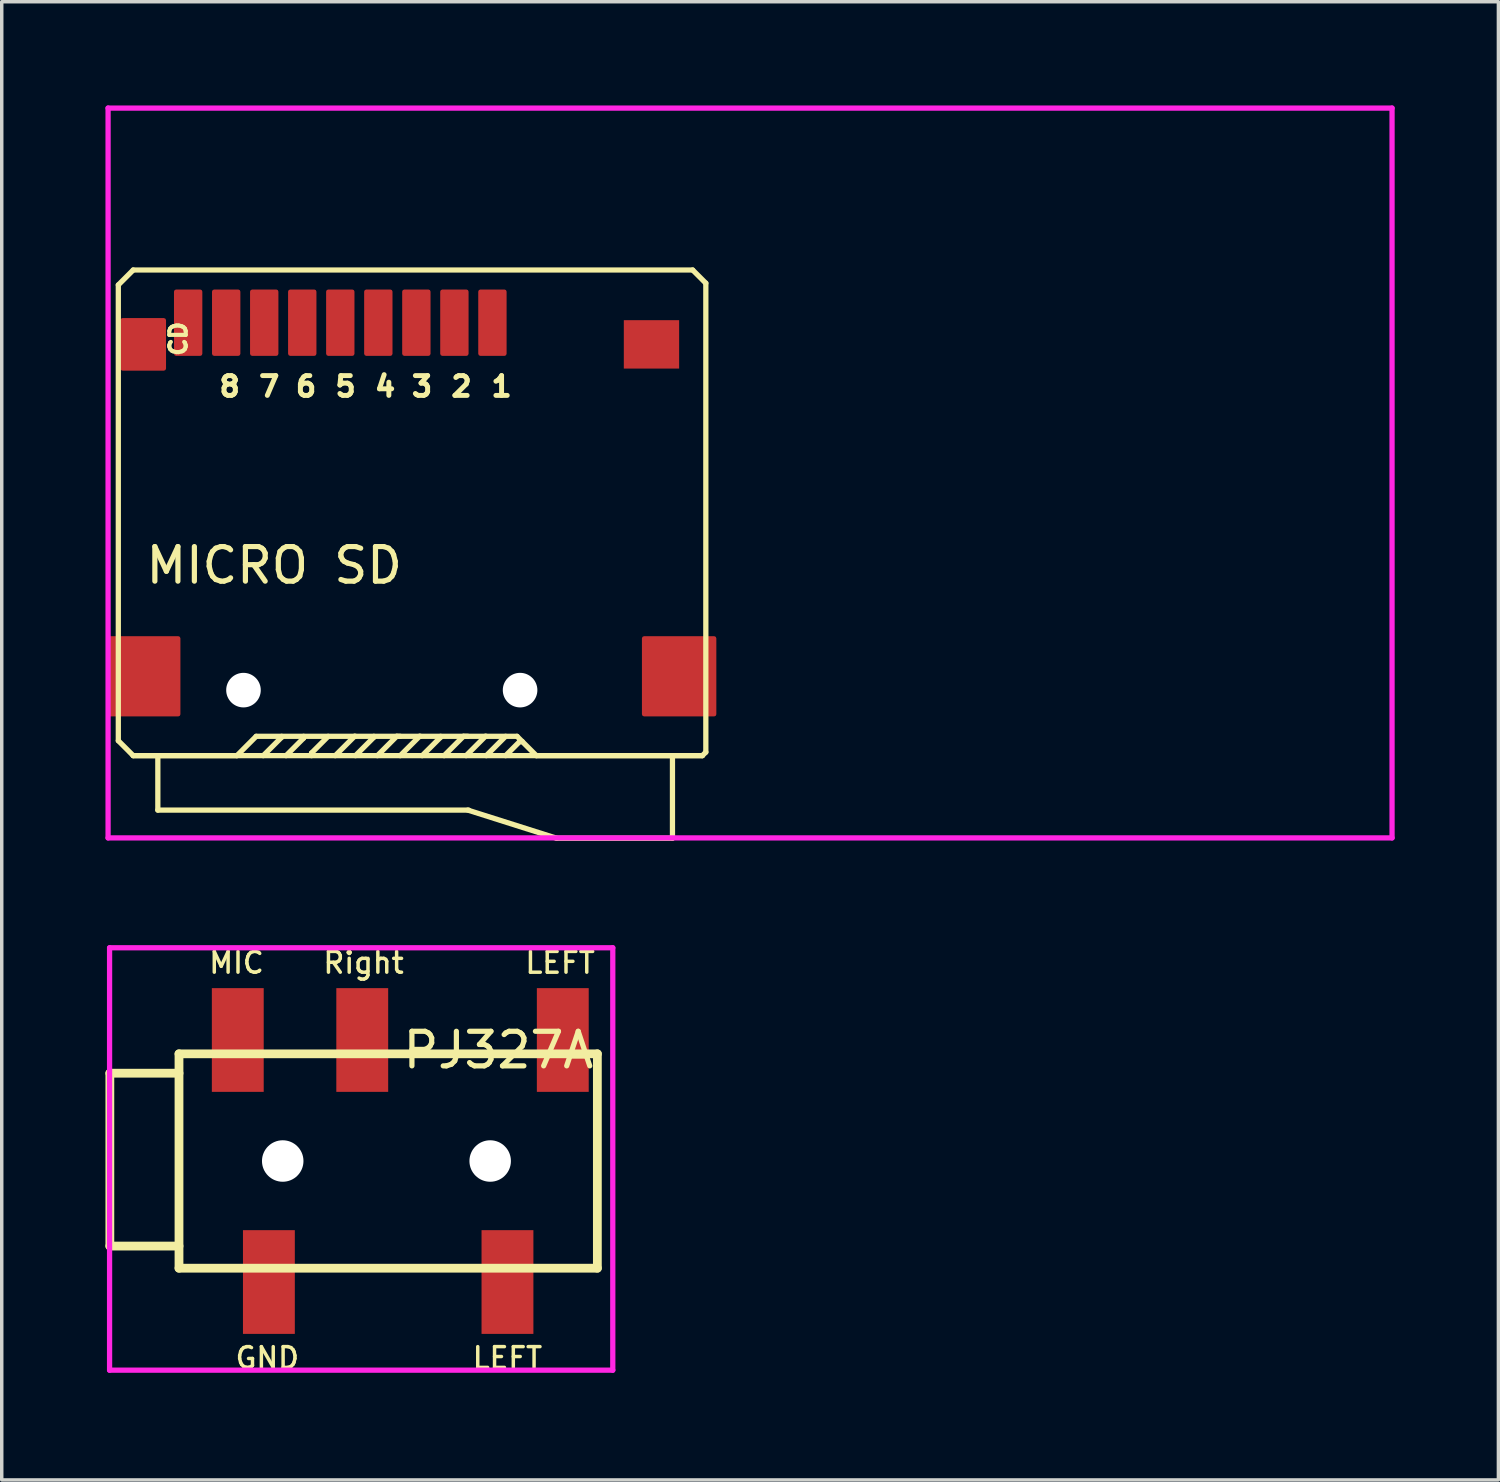
<source format=kicad_pcb>
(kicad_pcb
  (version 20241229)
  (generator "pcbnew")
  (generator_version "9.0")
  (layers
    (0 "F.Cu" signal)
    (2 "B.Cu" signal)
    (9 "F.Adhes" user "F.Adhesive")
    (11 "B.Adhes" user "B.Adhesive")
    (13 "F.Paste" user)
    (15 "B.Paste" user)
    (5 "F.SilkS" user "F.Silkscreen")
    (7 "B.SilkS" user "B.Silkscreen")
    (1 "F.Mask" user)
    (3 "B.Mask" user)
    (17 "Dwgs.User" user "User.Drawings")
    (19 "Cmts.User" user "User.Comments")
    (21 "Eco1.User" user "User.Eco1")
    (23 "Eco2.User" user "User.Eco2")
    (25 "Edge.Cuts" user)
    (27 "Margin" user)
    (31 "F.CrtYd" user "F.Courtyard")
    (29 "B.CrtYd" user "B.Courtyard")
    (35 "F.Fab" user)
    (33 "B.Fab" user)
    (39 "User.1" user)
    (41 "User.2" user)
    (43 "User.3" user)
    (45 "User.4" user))
  (footprint "PJ327A"
    (layer "F.Cu")
    (at 8.527 30.529)
    (property "Reference" "PJ327A" (at 0 -3.207 0) (layer "F.SilkS") (effects (font (size 1 1) (thickness 0.15)) (justify left)))
    (attr through_hole)
    (fp_line (start -8.4 -2.54) (end -6.4 -2.54) (stroke (width 0.254) (type solid)) (layer "F.SilkS"))
    (fp_line (start -8.4 2.46) (end -8.4 -2.54) (stroke (width 0.254) (type solid)) (layer "F.SilkS"))
    (fp_line (start -6.4 -3.1) (end 5.7 -3.1) (stroke (width 0.254) (type solid)) (layer "F.SilkS"))
    (fp_line (start -6.4 2.46) (end -8.4 2.46) (stroke (width 0.254) (type solid)) (layer "F.SilkS"))
    (fp_line (start -6.4 3.1) (end -6.4 -3.1) (stroke (width 0.254) (type solid)) (layer "F.SilkS"))
    (fp_line (start 5.7 -3.1) (end 5.7 3.1) (stroke (width 0.254) (type solid)) (layer "F.SilkS"))
    (fp_line (start 5.7 3.1) (end -6.4 3.1) (stroke (width 0.254) (type solid)) (layer "F.SilkS"))
    (fp_line (start -8.408 -6.167) (end 6.146 -6.167) (stroke (width 0.152) (type solid)) (layer "F.CrtYd"))
    (fp_line (start -8.408 6.05) (end -8.408 -6.167) (stroke (width 0.152) (type solid)) (layer "F.CrtYd"))
    (fp_line (start 6.146 -6.167) (end 6.146 6.05) (stroke (width 0.152) (type solid)) (layer "F.CrtYd"))
    (fp_line (start 6.146 6.05) (end -8.408 6.05) (stroke (width 0.152) (type solid)) (layer "F.CrtYd"))
    (fp_text user "GND" (at -4.826 5.696 0) (layer "F.SilkS") (effects (font (size 0.6 0.6) (thickness 0.1)) (justify left)))
    (fp_text user "Right" (at -2.286 -5.734 0) (layer "F.SilkS") (effects (font (size 0.6 0.6) (thickness 0.1)) (justify left)))
    (fp_text user "MIC" (at -5.588 -5.734 0) (layer "F.SilkS") (effects (font (size 0.6 0.6) (thickness 0.1)) (justify left)))
    (fp_text user "LEFT" (at 2.032 5.696 0) (layer "F.SilkS") (effects (font (size 0.6 0.6) (thickness 0.1)) (justify left)))
    (fp_text user "LEFT" (at 3.556 -5.734 0) (layer "F.SilkS") (effects (font (size 0.6 0.6) (thickness 0.1)) (justify left)))
    (pad "" np_thru_hole circle (at -3.4 0 90) (size 1.2 1.2) (drill oval 1.205 1.2) (layers "*.Cu" "*.Mask"))
    (pad "" np_thru_hole circle (at 2.6 0 90) (size 1.2 1.2) (drill oval 1.205 1.2) (layers "*.Cu" "*.Mask"))
    (pad "2" smd rect (at 3.1 3.5 270) (size 3 1.5) (layers "F.Cu" "F.Mask" "F.Paste"))
    (pad "3" smd rect (at -3.8 3.5 270) (size 3 1.5) (layers "F.Cu" "F.Mask" "F.Paste"))
    (pad "4" smd rect (at -4.7 -3.5 270) (size 3 1.5) (layers "F.Cu" "F.Mask" "F.Paste"))
    (pad "5" smd rect (at -1.1 -3.5 270) (size 3 1.5) (layers "F.Cu" "F.Mask" "F.Paste"))
    (pad "6" smd rect (at 4.7 -3.5 270) (size 3 1.5) (layers "F.Cu" "F.Mask" "F.Paste")))
  (footprint "MICRO SD"
    (layer "F.Cu")
    (at 1.092 16.51)
    (property "Reference" "MICRO SD" (at 0 -3.207 0) (layer "F.SilkS") (effects (font (size 1 1) (thickness 0.15)) (justify left)))
    (attr through_hole)
    (fp_line (start 36.064 -16.423) (end 36.114 -16.373) (stroke (width 0.03) (type solid)) (layer "F.Cu"))
    (fp_line (start -0.72 -11.319) (end -0.72 1.863) (stroke (width 0.152) (type solid)) (layer "F.SilkS"))
    (fp_line (start -0.72 1.863) (end -0.289 2.295) (stroke (width 0.152) (type solid)) (layer "F.SilkS"))
    (fp_line (start -0.289 -11.751) (end -0.72 -11.319) (stroke (width 0.152) (type solid)) (layer "F.SilkS"))
    (fp_line (start -0.289 2.295) (end 2.709 2.295) (stroke (width 0.152) (type solid)) (layer "F.SilkS"))
    (fp_line (start 0.423 3.87) (end 0.423 2.295) (stroke (width 0.152) (type solid)) (layer "F.SilkS"))
    (fp_line (start 2.709 2.295) (end 3.267 1.736) (stroke (width 0.152) (type solid)) (layer "F.SilkS"))
    (fp_line (start 3.267 1.736) (end 10.811 1.736) (stroke (width 0.152) (type solid)) (layer "F.SilkS"))
    (fp_line (start 3.471 2.295) (end 4.004 1.762) (stroke (width 0.152) (type solid)) (layer "F.SilkS"))
    (fp_line (start 4.004 1.762) (end 4.004 1.736) (stroke (width 0.152) (type solid)) (layer "F.SilkS"))
    (fp_line (start 4.131 2.295) (end 4.639 1.787) (stroke (width 0.152) (type solid)) (layer "F.SilkS"))
    (fp_line (start 4.639 1.787) (end 4.639 1.736) (stroke (width 0.152) (type solid)) (layer "F.SilkS"))
    (fp_line (start 4.868 2.219) (end 5.35 1.736) (stroke (width 0.152) (type solid)) (layer "F.SilkS"))
    (fp_line (start 4.868 2.295) (end 4.868 2.219) (stroke (width 0.152) (type solid)) (layer "F.SilkS"))
    (fp_line (start 5.553 2.295) (end 6.112 1.736) (stroke (width 0.152) (type solid)) (layer "F.SilkS"))
    (fp_line (start 6.112 1.736) (end 6.138 1.736) (stroke (width 0.152) (type solid)) (layer "F.SilkS"))
    (fp_line (start 6.138 2.295) (end 6.671 1.762) (stroke (width 0.152) (type solid)) (layer "F.SilkS"))
    (fp_line (start 6.671 1.762) (end 6.671 1.736) (stroke (width 0.152) (type solid)) (layer "F.SilkS"))
    (fp_line (start 6.773 2.295) (end 7.331 1.736) (stroke (width 0.152) (type solid)) (layer "F.SilkS"))
    (fp_line (start 7.331 1.736) (end 7.433 1.736) (stroke (width 0.152) (type solid)) (layer "F.SilkS"))
    (fp_line (start 7.433 2.295) (end 7.992 1.736) (stroke (width 0.152) (type solid)) (layer "F.SilkS"))
    (fp_line (start 7.992 1.736) (end 8.017 1.736) (stroke (width 0.152) (type solid)) (layer "F.SilkS"))
    (fp_line (start 8.068 2.295) (end 8.601 1.762) (stroke (width 0.152) (type solid)) (layer "F.SilkS"))
    (fp_line (start 8.601 1.762) (end 8.601 1.736) (stroke (width 0.152) (type solid)) (layer "F.SilkS"))
    (fp_line (start 8.703 2.295) (end 9.262 1.736) (stroke (width 0.152) (type solid)) (layer "F.SilkS"))
    (fp_line (start 9.262 1.736) (end 9.389 1.736) (stroke (width 0.152) (type solid)) (layer "F.SilkS"))
    (fp_line (start 9.338 2.295) (end 9.897 1.736) (stroke (width 0.152) (type solid)) (layer "F.SilkS"))
    (fp_line (start 9.389 3.87) (end 11.954 4.683) (stroke (width 0.152) (type solid)) (layer "F.SilkS"))
    (fp_line (start 9.414 3.87) (end 0.423 3.87) (stroke (width 0.152) (type solid)) (layer "F.SilkS"))
    (fp_line (start 9.897 1.736) (end 9.922 1.736) (stroke (width 0.152) (type solid)) (layer "F.SilkS"))
    (fp_line (start 9.922 2.295) (end 10.481 1.736) (stroke (width 0.152) (type solid)) (layer "F.SilkS"))
    (fp_line (start 10.481 2.295) (end 10.887 1.889) (stroke (width 0.152) (type solid)) (layer "F.SilkS"))
    (fp_line (start 10.811 1.736) (end 11.37 2.295) (stroke (width 0.152) (type solid)) (layer "F.SilkS"))
    (fp_line (start 10.887 1.889) (end 10.964 1.889) (stroke (width 0.152) (type solid)) (layer "F.SilkS"))
    (fp_line (start 11.37 2.295) (end 16.171 2.295) (stroke (width 0.152) (type solid)) (layer "F.SilkS"))
    (fp_line (start 11.954 4.683) (end 15.307 4.683) (stroke (width 0.152) (type solid)) (layer "F.SilkS"))
    (fp_line (start 15.307 4.683) (end 15.307 2.321) (stroke (width 0.152) (type solid)) (layer "F.SilkS"))
    (fp_line (start 15.891 -11.751) (end -0.289 -11.751) (stroke (width 0.152) (type solid)) (layer "F.SilkS"))
    (fp_line (start 16.171 2.295) (end -0.289 2.295) (stroke (width 0.152) (type solid)) (layer "F.SilkS"))
    (fp_line (start 16.171 2.295) (end 16.272 2.194) (stroke (width 0.152) (type solid)) (layer "F.SilkS"))
    (fp_line (start 16.272 -11.37) (end 15.891 -11.751) (stroke (width 0.152) (type solid)) (layer "F.SilkS"))
    (fp_line (start 16.272 2.194) (end 16.272 -11.37) (stroke (width 0.152) (type solid)) (layer "F.SilkS"))
    (fp_line (start -1.016 -16.434) (end 36.119 -16.434) (stroke (width 0.152) (type solid)) (layer "F.CrtYd"))
    (fp_line (start -1.016 4.674) (end -1.016 -16.434) (stroke (width 0.152) (type solid)) (layer "F.CrtYd"))
    (fp_line (start 36.119 -16.434) (end 36.119 4.674) (stroke (width 0.152) (type solid)) (layer "F.CrtYd"))
    (fp_line (start 36.119 4.674) (end -1.016 4.674) (stroke (width 0.152) (type solid)) (layer "F.CrtYd"))
    (fp_text user "CD" (at 1.016 -9.207 270) (layer "F.SilkS") (effects (font (size 0.476 0.476) (thickness 0.152)) (justify left)))
    (fp_text user "5" (at 5.486 -8.382 0) (layer "F.SilkS") (effects (font (size 0.572 0.572) (thickness 0.152)) (justify left)))
    (fp_text user "4" (at 6.629 -8.382 0) (layer "F.SilkS") (effects (font (size 0.572 0.572) (thickness 0.152)) (justify left)))
    (fp_text user "2" (at 8.839 -8.382 0) (layer "F.SilkS") (effects (font (size 0.572 0.572) (thickness 0.152)) (justify left)))
    (fp_text user "8" (at 2.134 -8.382 0) (layer "F.SilkS") (effects (font (size 0.572 0.572) (thickness 0.152)) (justify left)))
    (fp_text user "7" (at 3.277 -8.382 0) (layer "F.SilkS") (effects (font (size 0.572 0.572) (thickness 0.152)) (justify left)))
    (fp_text user "3" (at 7.696 -8.382 0) (layer "F.SilkS") (effects (font (size 0.572 0.572) (thickness 0.152)) (justify left)))
    (fp_text user "1" (at 9.998 -8.382 0) (layer "F.SilkS") (effects (font (size 0.572 0.572) (thickness 0.152)) (justify left)))
    (fp_text user "6" (at 4.343 -8.382 0) (layer "F.SilkS") (effects (font (size 0.572 0.572) (thickness 0.152)) (justify left)))
    (pad "" np_thru_hole circle (at 2.9 0.4) (size 1 1) (drill oval 1) (layers "*.Cu" "*.Mask"))
    (pad "" np_thru_hole circle (at 10.9 0.4) (size 1 1) (drill oval 1) (layers "*.Cu" "*.Mask"))
    (pad "0" smd custom (at 0 -9.6) (size 0.102 0.102) (layers "F.Cu" "F.Mask" "F.Paste") (options (anchor circle)) (primitives (gr_poly (pts (xy -0.6 -0.7) (xy 0.6 -0.7) (xy 0.6 0.7) (xy -0.6 0.7)) (width 0.12) (fill yes))))
    (pad "0" smd custom (at 0 0) (size 0.102 0.102) (layers "F.Cu" "F.Mask" "F.Paste") (options (anchor circle)) (primitives (gr_poly (pts (xy -1.016 -1.1) (xy 1.016 -1.1) (xy 1.016 1.1) (xy -1.016 1.1)) (width 0.12) (fill yes))))
    (pad "0" smd rect (at 14.7 -9.6) (size 1.6 1.4) (layers "F.Cu" "F.Mask" "F.Paste"))
    (pad "0" smd custom (at 15.5 0) (size 0.102 0.102) (layers "F.Cu" "F.Mask" "F.Paste") (options (anchor circle)) (primitives (gr_poly (pts (xy -1.016 -1.1) (xy 1.016 -1.1) (xy 1.016 1.1) (xy -1.016 1.1)) (width 0.12) (fill yes))))
    (pad "1" smd custom (at 10.1 -10.227) (size 0.102 0.102) (layers "F.Cu" "F.Mask" "F.Paste") (options (anchor circle)) (primitives (gr_poly (pts (xy -0.35 -0.9) (xy 0.35 -0.9) (xy 0.35 0.9) (xy -0.35 0.9)) (width 0.12) (fill yes))))
    (pad "2" smd custom (at 9 -10.227) (size 0.102 0.102) (layers "F.Cu" "F.Mask" "F.Paste") (options (anchor circle)) (primitives (gr_poly (pts (xy -0.35 -0.9) (xy 0.35 -0.9) (xy 0.35 0.9) (xy -0.35 0.9)) (width 0.12) (fill yes))))
    (pad "3" smd custom (at 7.9 -10.227) (size 0.102 0.102) (layers "F.Cu" "F.Mask" "F.Paste") (options (anchor circle)) (primitives (gr_poly (pts (xy -0.35 -0.9) (xy 0.35 -0.9) (xy 0.35 0.9) (xy -0.35 0.9)) (width 0.12) (fill yes))))
    (pad "4" smd custom (at 6.8 -10.227) (size 0.102 0.102) (layers "F.Cu" "F.Mask" "F.Paste") (options (anchor circle)) (primitives (gr_poly (pts (xy -0.35 -0.9) (xy 0.35 -0.9) (xy 0.35 0.9) (xy -0.35 0.9)) (width 0.12) (fill yes))))
    (pad "5" smd custom (at 5.7 -10.227) (size 0.102 0.102) (layers "F.Cu" "F.Mask" "F.Paste") (options (anchor circle)) (primitives (gr_poly (pts (xy -0.35 -0.9) (xy 0.35 -0.9) (xy 0.35 0.9) (xy -0.35 0.9)) (width 0.12) (fill yes))))
    (pad "6" smd custom (at 4.6 -10.227) (size 0.102 0.102) (layers "F.Cu" "F.Mask" "F.Paste") (options (anchor circle)) (primitives (gr_poly (pts (xy -0.35 -0.9) (xy 0.35 -0.9) (xy 0.35 0.9) (xy -0.35 0.9)) (width 0.12) (fill yes))))
    (pad "7" smd custom (at 3.5 -10.227) (size 0.102 0.102) (layers "F.Cu" "F.Mask" "F.Paste") (options (anchor circle)) (primitives (gr_poly (pts (xy -0.35 -0.9) (xy 0.35 -0.9) (xy 0.35 0.9) (xy -0.35 0.9)) (width 0.12) (fill yes))))
    (pad "8" smd custom (at 2.4 -10.227) (size 0.102 0.102) (layers "F.Cu" "F.Mask" "F.Paste") (options (anchor circle)) (primitives (gr_poly (pts (xy -0.35 -0.9) (xy 0.35 -0.9) (xy 0.35 0.9) (xy -0.35 0.9)) (width 0.12) (fill yes))))
    (pad "9" smd custom (at 1.3 -10.227) (size 0.102 0.102) (layers "F.Cu" "F.Mask" "F.Paste") (options (anchor circle)) (primitives (gr_poly (pts (xy -0.35 -0.9) (xy 0.35 -0.9) (xy 0.35 0.9) (xy -0.35 0.9)) (width 0.12) (fill yes)))))
  (gr_rect
    (start -3 -3)
    (end 40.287 39.752)
    (stroke (width 0.1) (type default))
    (fill no)
    (layer "Edge.Cuts")))
</source>
